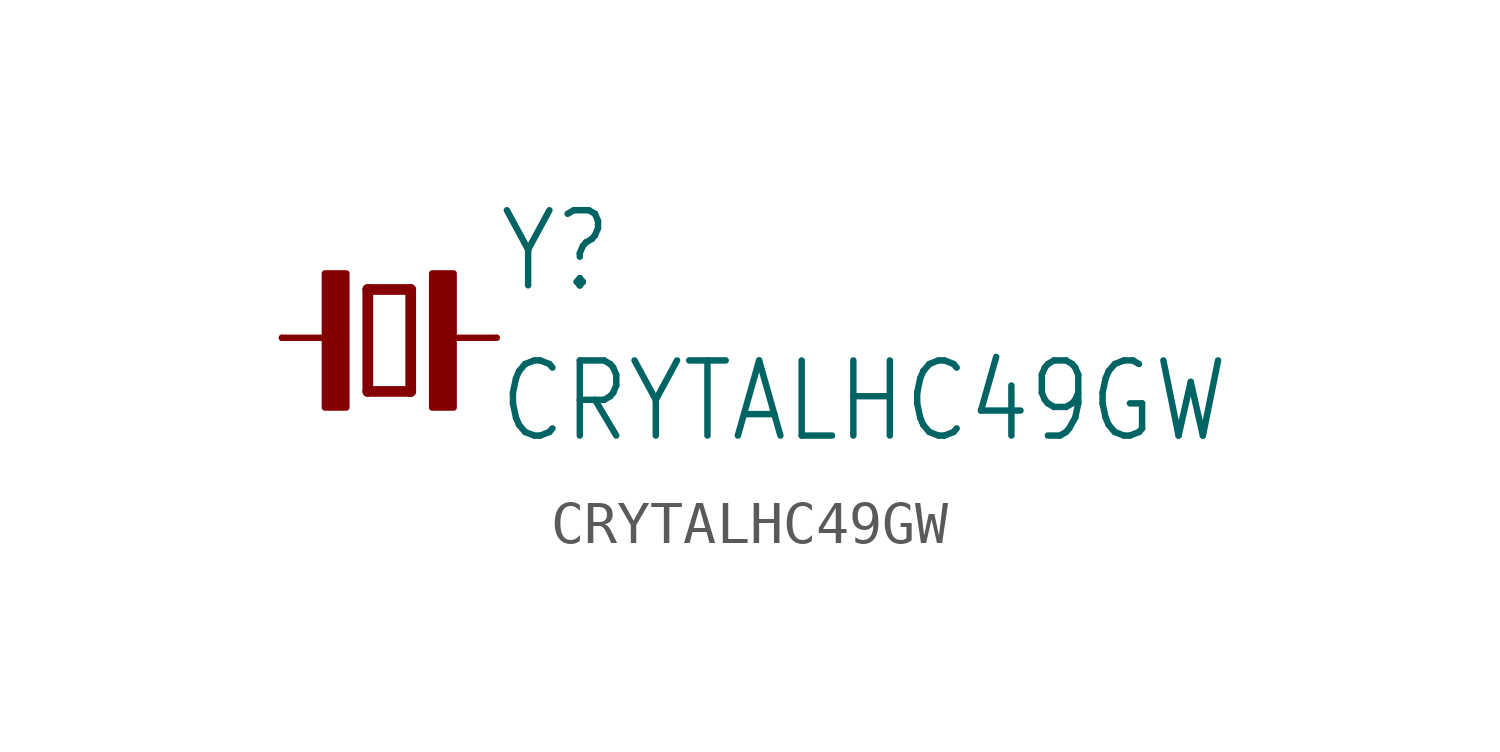
<source format=kicad_sym>
(kicad_symbol_lib
  (version 20211014)
  (generator kicad_symbol_editor)
  (symbol "CRYTALHC49GW"
    (property "Reference" "Y"
      (at 2.54 1.016 0)
      (effects (font (size 1.778 1.511)) (justify left bottom)))
    (property "Value" "CRYTALHC49GW"
      (at 2.54 -2.54 0)
      (effects (font (size 1.778 1.511)) (justify left bottom)))
    (property "ki_locked" ""
      (at 0 0 0)
      (effects (font (size 1.27 1.27))))
    (symbol "CRYTALHC49GW_1_0"
      (rectangle (start -1.524 -1.651) (end -1.016 1.524) (stroke (width 0) (type default) (color 0 0 0 0)) (fill (type outline)))
      (polyline (pts (xy -2.54 0) (xy -1.143 0)) (stroke (width 0.152) (type default) (color 0 0 0 0)) (fill (type none)))
      (polyline (pts (xy -0.508 -1.27) (xy 0.508 -1.27)) (stroke (width 0.254) (type default) (color 0 0 0 0)) (fill (type none)))
      (polyline (pts (xy -0.508 1.143) (xy -0.508 -1.27)) (stroke (width 0.254) (type default) (color 0 0 0 0)) (fill (type none)))
      (polyline (pts (xy 0.508 -1.27) (xy 0.508 1.143)) (stroke (width 0.254) (type default) (color 0 0 0 0)) (fill (type none)))
      (polyline (pts (xy 0.508 1.143) (xy -0.508 1.143)) (stroke (width 0.254) (type default) (color 0 0 0 0)) (fill (type none)))
      (polyline (pts (xy 1.143 0) (xy 2.54 0)) (stroke (width 0.152) (type default) (color 0 0 0 0)) (fill (type none)))
      (rectangle (start 1.016 -1.651) (end 1.524 1.524) (stroke (width 0) (type default) (color 0 0 0 0)) (fill (type outline)))
      (pin passive line (at -2.54 0 0) (length 0) (name "1" (effects (font (size 0 0)))) (number "1" (effects (font (size 0 0)))))
      (pin passive line (at 2.54 0 180) (length 0) (name "2" (effects (font (size 0 0)))) (number "2" (effects (font (size 0 0))))))))
</source>
